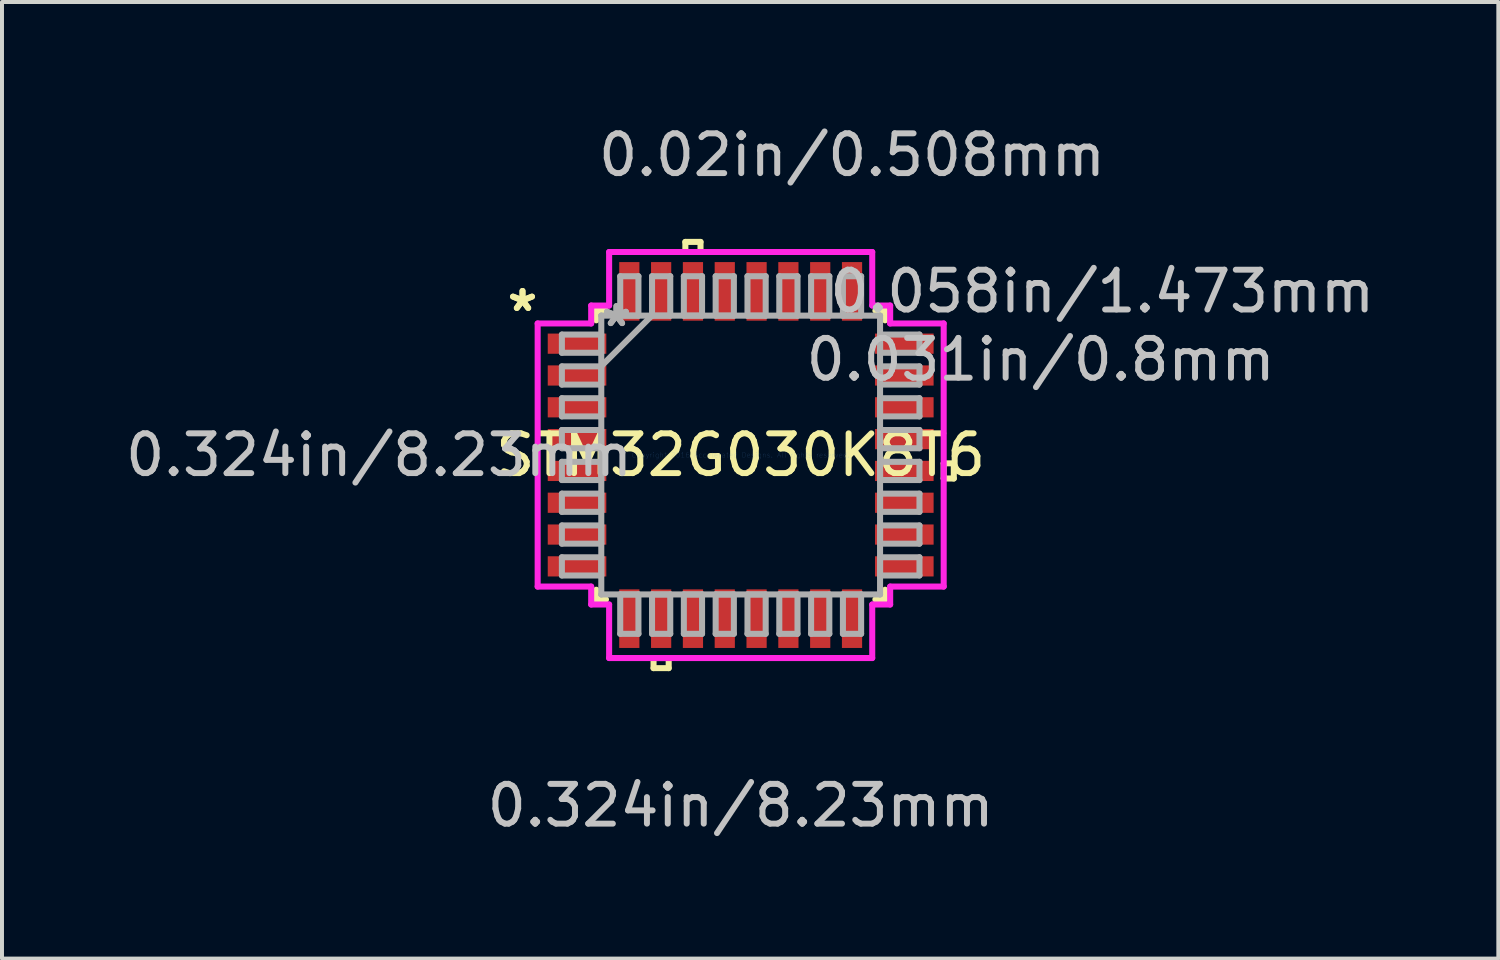
<source format=kicad_pcb>
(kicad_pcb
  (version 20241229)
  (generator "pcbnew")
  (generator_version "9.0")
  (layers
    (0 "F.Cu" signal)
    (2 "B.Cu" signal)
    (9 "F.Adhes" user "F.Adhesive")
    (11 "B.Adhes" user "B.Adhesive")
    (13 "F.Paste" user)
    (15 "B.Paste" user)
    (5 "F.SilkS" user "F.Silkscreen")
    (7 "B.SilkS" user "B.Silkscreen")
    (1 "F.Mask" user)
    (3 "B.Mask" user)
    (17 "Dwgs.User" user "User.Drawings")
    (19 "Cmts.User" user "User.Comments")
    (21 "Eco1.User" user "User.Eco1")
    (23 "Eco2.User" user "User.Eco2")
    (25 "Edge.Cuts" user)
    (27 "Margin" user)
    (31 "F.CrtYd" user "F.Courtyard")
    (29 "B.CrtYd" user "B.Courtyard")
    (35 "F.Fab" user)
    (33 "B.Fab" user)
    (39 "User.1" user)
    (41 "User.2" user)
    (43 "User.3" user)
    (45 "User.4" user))
  (footprint "STM32G030K8T6"
    (layer "F.Cu")
    (at 15.575 8.392)
    (property "Reference" "STM32G030K8T6" (at 0 0 0) (layer "F.SilkS") (effects (font (size 1 1) (thickness 0.15))))
    (attr through_hole)
    (fp_line (start -3.632 -3.632) (end -3.632 -3.387) (stroke (width 0.152) (type solid)) (layer "F.SilkS"))
    (fp_line (start -3.632 3.387) (end -3.632 3.632) (stroke (width 0.152) (type solid)) (layer "F.SilkS"))
    (fp_line (start -3.632 3.632) (end -3.387 3.632) (stroke (width 0.152) (type solid)) (layer "F.SilkS"))
    (fp_line (start -3.387 -3.632) (end -3.632 -3.632) (stroke (width 0.152) (type solid)) (layer "F.SilkS"))
    (fp_line (start -2.191 5.105) (end -2.191 5.359) (stroke (width 0.152) (type solid)) (layer "F.SilkS"))
    (fp_line (start -2.191 5.359) (end -1.81 5.359) (stroke (width 0.152) (type solid)) (layer "F.SilkS"))
    (fp_line (start -1.81 5.105) (end -2.191 5.105) (stroke (width 0.152) (type solid)) (layer "F.SilkS"))
    (fp_line (start -1.81 5.359) (end -1.81 5.105) (stroke (width 0.152) (type solid)) (layer "F.SilkS"))
    (fp_line (start -1.391 -5.359) (end -1.01 -5.359) (stroke (width 0.152) (type solid)) (layer "F.SilkS"))
    (fp_line (start -1.391 -5.105) (end -1.391 -5.359) (stroke (width 0.152) (type solid)) (layer "F.SilkS"))
    (fp_line (start -1.01 -5.359) (end -1.01 -5.105) (stroke (width 0.152) (type solid)) (layer "F.SilkS"))
    (fp_line (start -1.01 -5.105) (end -1.391 -5.105) (stroke (width 0.152) (type solid)) (layer "F.SilkS"))
    (fp_line (start 3.387 3.632) (end 3.632 3.632) (stroke (width 0.152) (type solid)) (layer "F.SilkS"))
    (fp_line (start 3.632 -3.632) (end 3.387 -3.632) (stroke (width 0.152) (type solid)) (layer "F.SilkS"))
    (fp_line (start 3.632 -3.387) (end 3.632 -3.632) (stroke (width 0.152) (type solid)) (layer "F.SilkS"))
    (fp_line (start 3.632 3.632) (end 3.632 3.387) (stroke (width 0.152) (type solid)) (layer "F.SilkS"))
    (fp_line (start 5.105 0.209) (end 5.359 0.209) (stroke (width 0.152) (type solid)) (layer "F.SilkS"))
    (fp_line (start 5.105 0.59) (end 5.105 0.209) (stroke (width 0.152) (type solid)) (layer "F.SilkS"))
    (fp_line (start 5.359 0.209) (end 5.359 0.59) (stroke (width 0.152) (type solid)) (layer "F.SilkS"))
    (fp_line (start 5.359 0.59) (end 5.105 0.59) (stroke (width 0.152) (type solid)) (layer "F.SilkS"))
    (fp_line (start -5.105 -3.308) (end -3.759 -3.308) (stroke (width 0.152) (type solid)) (layer "F.CrtYd"))
    (fp_line (start -5.105 3.308) (end -5.105 -3.308) (stroke (width 0.152) (type solid)) (layer "F.CrtYd"))
    (fp_line (start -3.759 -3.759) (end -3.308 -3.759) (stroke (width 0.152) (type solid)) (layer "F.CrtYd"))
    (fp_line (start -3.759 -3.308) (end -3.759 -3.759) (stroke (width 0.152) (type solid)) (layer "F.CrtYd"))
    (fp_line (start -3.759 3.308) (end -5.105 3.308) (stroke (width 0.152) (type solid)) (layer "F.CrtYd"))
    (fp_line (start -3.759 3.759) (end -3.759 3.308) (stroke (width 0.152) (type solid)) (layer "F.CrtYd"))
    (fp_line (start -3.308 -5.105) (end 3.308 -5.105) (stroke (width 0.152) (type solid)) (layer "F.CrtYd"))
    (fp_line (start -3.308 -3.759) (end -3.308 -5.105) (stroke (width 0.152) (type solid)) (layer "F.CrtYd"))
    (fp_line (start -3.308 3.759) (end -3.759 3.759) (stroke (width 0.152) (type solid)) (layer "F.CrtYd"))
    (fp_line (start -3.308 5.105) (end -3.308 3.759) (stroke (width 0.152) (type solid)) (layer "F.CrtYd"))
    (fp_line (start 3.308 -5.105) (end 3.308 -3.759) (stroke (width 0.152) (type solid)) (layer "F.CrtYd"))
    (fp_line (start 3.308 -3.759) (end 3.759 -3.759) (stroke (width 0.152) (type solid)) (layer "F.CrtYd"))
    (fp_line (start 3.308 3.759) (end 3.308 5.105) (stroke (width 0.152) (type solid)) (layer "F.CrtYd"))
    (fp_line (start 3.308 5.105) (end -3.308 5.105) (stroke (width 0.152) (type solid)) (layer "F.CrtYd"))
    (fp_line (start 3.759 -3.759) (end 3.759 -3.308) (stroke (width 0.152) (type solid)) (layer "F.CrtYd"))
    (fp_line (start 3.759 -3.308) (end 5.105 -3.308) (stroke (width 0.152) (type solid)) (layer "F.CrtYd"))
    (fp_line (start 3.759 3.308) (end 3.759 3.759) (stroke (width 0.152) (type solid)) (layer "F.CrtYd"))
    (fp_line (start 3.759 3.759) (end 3.308 3.759) (stroke (width 0.152) (type solid)) (layer "F.CrtYd"))
    (fp_line (start 5.105 -3.308) (end 5.105 3.308) (stroke (width 0.152) (type solid)) (layer "F.CrtYd"))
    (fp_line (start 5.105 3.308) (end 3.759 3.308) (stroke (width 0.152) (type solid)) (layer "F.CrtYd"))
    (fp_line (start -4.496 -3.029) (end -4.496 -2.571) (stroke (width 0.152) (type solid)) (layer "F.Fab"))
    (fp_line (start -4.496 -2.571) (end -3.505 -2.571) (stroke (width 0.152) (type solid)) (layer "F.Fab"))
    (fp_line (start -4.496 -2.229) (end -4.496 -1.771) (stroke (width 0.152) (type solid)) (layer "F.Fab"))
    (fp_line (start -4.496 -1.771) (end -3.505 -1.771) (stroke (width 0.152) (type solid)) (layer "F.Fab"))
    (fp_line (start -4.496 -1.429) (end -4.496 -0.971) (stroke (width 0.152) (type solid)) (layer "F.Fab"))
    (fp_line (start -4.496 -0.971) (end -3.505 -0.971) (stroke (width 0.152) (type solid)) (layer "F.Fab"))
    (fp_line (start -4.496 -0.629) (end -4.496 -0.171) (stroke (width 0.152) (type solid)) (layer "F.Fab"))
    (fp_line (start -4.496 -0.171) (end -3.505 -0.171) (stroke (width 0.152) (type solid)) (layer "F.Fab"))
    (fp_line (start -4.496 0.171) (end -4.496 0.629) (stroke (width 0.152) (type solid)) (layer "F.Fab"))
    (fp_line (start -4.496 0.629) (end -3.505 0.629) (stroke (width 0.152) (type solid)) (layer "F.Fab"))
    (fp_line (start -4.496 0.971) (end -4.496 1.429) (stroke (width 0.152) (type solid)) (layer "F.Fab"))
    (fp_line (start -4.496 1.429) (end -3.505 1.429) (stroke (width 0.152) (type solid)) (layer "F.Fab"))
    (fp_line (start -4.496 1.771) (end -4.496 2.229) (stroke (width 0.152) (type solid)) (layer "F.Fab"))
    (fp_line (start -4.496 2.229) (end -3.505 2.229) (stroke (width 0.152) (type solid)) (layer "F.Fab"))
    (fp_line (start -4.496 2.571) (end -4.496 3.029) (stroke (width 0.152) (type solid)) (layer "F.Fab"))
    (fp_line (start -4.496 3.029) (end -3.505 3.029) (stroke (width 0.152) (type solid)) (layer "F.Fab"))
    (fp_line (start -3.505 -3.505) (end -3.505 -3.505) (stroke (width 0.152) (type solid)) (layer "F.Fab"))
    (fp_line (start -3.505 -3.505) (end -3.505 3.505) (stroke (width 0.152) (type solid)) (layer "F.Fab"))
    (fp_line (start -3.505 -3.029) (end -4.496 -3.029) (stroke (width 0.152) (type solid)) (layer "F.Fab"))
    (fp_line (start -3.505 -2.571) (end -3.505 -3.029) (stroke (width 0.152) (type solid)) (layer "F.Fab"))
    (fp_line (start -3.505 -2.235) (end -2.235 -3.505) (stroke (width 0.152) (type solid)) (layer "F.Fab"))
    (fp_line (start -3.505 -2.229) (end -4.496 -2.229) (stroke (width 0.152) (type solid)) (layer "F.Fab"))
    (fp_line (start -3.505 -1.771) (end -3.505 -2.229) (stroke (width 0.152) (type solid)) (layer "F.Fab"))
    (fp_line (start -3.505 -1.429) (end -4.496 -1.429) (stroke (width 0.152) (type solid)) (layer "F.Fab"))
    (fp_line (start -3.505 -0.971) (end -3.505 -1.429) (stroke (width 0.152) (type solid)) (layer "F.Fab"))
    (fp_line (start -3.505 -0.629) (end -4.496 -0.629) (stroke (width 0.152) (type solid)) (layer "F.Fab"))
    (fp_line (start -3.505 -0.171) (end -3.505 -0.629) (stroke (width 0.152) (type solid)) (layer "F.Fab"))
    (fp_line (start -3.505 0.171) (end -4.496 0.171) (stroke (width 0.152) (type solid)) (layer "F.Fab"))
    (fp_line (start -3.505 0.629) (end -3.505 0.171) (stroke (width 0.152) (type solid)) (layer "F.Fab"))
    (fp_line (start -3.505 0.971) (end -4.496 0.971) (stroke (width 0.152) (type solid)) (layer "F.Fab"))
    (fp_line (start -3.505 1.429) (end -3.505 0.971) (stroke (width 0.152) (type solid)) (layer "F.Fab"))
    (fp_line (start -3.505 1.771) (end -4.496 1.771) (stroke (width 0.152) (type solid)) (layer "F.Fab"))
    (fp_line (start -3.505 2.229) (end -3.505 1.771) (stroke (width 0.152) (type solid)) (layer "F.Fab"))
    (fp_line (start -3.505 2.571) (end -4.496 2.571) (stroke (width 0.152) (type solid)) (layer "F.Fab"))
    (fp_line (start -3.505 3.029) (end -3.505 2.571) (stroke (width 0.152) (type solid)) (layer "F.Fab"))
    (fp_line (start -3.505 3.505) (end -3.505 3.505) (stroke (width 0.152) (type solid)) (layer "F.Fab"))
    (fp_line (start -3.505 3.505) (end 3.505 3.505) (stroke (width 0.152) (type solid)) (layer "F.Fab"))
    (fp_line (start -3.029 -4.496) (end -3.029 -3.505) (stroke (width 0.152) (type solid)) (layer "F.Fab"))
    (fp_line (start -3.029 -3.505) (end -2.571 -3.505) (stroke (width 0.152) (type solid)) (layer "F.Fab"))
    (fp_line (start -3.029 3.505) (end -3.029 4.496) (stroke (width 0.152) (type solid)) (layer "F.Fab"))
    (fp_line (start -3.029 4.496) (end -2.571 4.496) (stroke (width 0.152) (type solid)) (layer "F.Fab"))
    (fp_line (start -2.571 -4.496) (end -3.029 -4.496) (stroke (width 0.152) (type solid)) (layer "F.Fab"))
    (fp_line (start -2.571 -3.505) (end -2.571 -4.496) (stroke (width 0.152) (type solid)) (layer "F.Fab"))
    (fp_line (start -2.571 3.505) (end -3.029 3.505) (stroke (width 0.152) (type solid)) (layer "F.Fab"))
    (fp_line (start -2.571 4.496) (end -2.571 3.505) (stroke (width 0.152) (type solid)) (layer "F.Fab"))
    (fp_line (start -2.229 -4.496) (end -2.229 -3.505) (stroke (width 0.152) (type solid)) (layer "F.Fab"))
    (fp_line (start -2.229 -3.505) (end -1.771 -3.505) (stroke (width 0.152) (type solid)) (layer "F.Fab"))
    (fp_line (start -2.229 3.505) (end -2.229 4.496) (stroke (width 0.152) (type solid)) (layer "F.Fab"))
    (fp_line (start -2.229 4.496) (end -1.771 4.496) (stroke (width 0.152) (type solid)) (layer "F.Fab"))
    (fp_line (start -1.771 -4.496) (end -2.229 -4.496) (stroke (width 0.152) (type solid)) (layer "F.Fab"))
    (fp_line (start -1.771 -3.505) (end -1.771 -4.496) (stroke (width 0.152) (type solid)) (layer "F.Fab"))
    (fp_line (start -1.771 3.505) (end -2.229 3.505) (stroke (width 0.152) (type solid)) (layer "F.Fab"))
    (fp_line (start -1.771 4.496) (end -1.771 3.505) (stroke (width 0.152) (type solid)) (layer "F.Fab"))
    (fp_line (start -1.429 -4.496) (end -1.429 -3.505) (stroke (width 0.152) (type solid)) (layer "F.Fab"))
    (fp_line (start -1.429 -3.505) (end -0.971 -3.505) (stroke (width 0.152) (type solid)) (layer "F.Fab"))
    (fp_line (start -1.429 3.505) (end -1.429 4.496) (stroke (width 0.152) (type solid)) (layer "F.Fab"))
    (fp_line (start -1.429 4.496) (end -0.971 4.496) (stroke (width 0.152) (type solid)) (layer "F.Fab"))
    (fp_line (start -0.971 -4.496) (end -1.429 -4.496) (stroke (width 0.152) (type solid)) (layer "F.Fab"))
    (fp_line (start -0.971 -3.505) (end -0.971 -4.496) (stroke (width 0.152) (type solid)) (layer "F.Fab"))
    (fp_line (start -0.971 3.505) (end -1.429 3.505) (stroke (width 0.152) (type solid)) (layer "F.Fab"))
    (fp_line (start -0.971 4.496) (end -0.971 3.505) (stroke (width 0.152) (type solid)) (layer "F.Fab"))
    (fp_line (start -0.629 -4.496) (end -0.629 -3.505) (stroke (width 0.152) (type solid)) (layer "F.Fab"))
    (fp_line (start -0.629 -3.505) (end -0.171 -3.505) (stroke (width 0.152) (type solid)) (layer "F.Fab"))
    (fp_line (start -0.629 3.505) (end -0.629 4.496) (stroke (width 0.152) (type solid)) (layer "F.Fab"))
    (fp_line (start -0.629 4.496) (end -0.171 4.496) (stroke (width 0.152) (type solid)) (layer "F.Fab"))
    (fp_line (start -0.171 -4.496) (end -0.629 -4.496) (stroke (width 0.152) (type solid)) (layer "F.Fab"))
    (fp_line (start -0.171 -3.505) (end -0.171 -4.496) (stroke (width 0.152) (type solid)) (layer "F.Fab"))
    (fp_line (start -0.171 3.505) (end -0.629 3.505) (stroke (width 0.152) (type solid)) (layer "F.Fab"))
    (fp_line (start -0.171 4.496) (end -0.171 3.505) (stroke (width 0.152) (type solid)) (layer "F.Fab"))
    (fp_line (start 0.171 -4.496) (end 0.171 -3.505) (stroke (width 0.152) (type solid)) (layer "F.Fab"))
    (fp_line (start 0.171 -3.505) (end 0.629 -3.505) (stroke (width 0.152) (type solid)) (layer "F.Fab"))
    (fp_line (start 0.171 3.505) (end 0.171 4.496) (stroke (width 0.152) (type solid)) (layer "F.Fab"))
    (fp_line (start 0.171 4.496) (end 0.629 4.496) (stroke (width 0.152) (type solid)) (layer "F.Fab"))
    (fp_line (start 0.629 -4.496) (end 0.171 -4.496) (stroke (width 0.152) (type solid)) (layer "F.Fab"))
    (fp_line (start 0.629 -3.505) (end 0.629 -4.496) (stroke (width 0.152) (type solid)) (layer "F.Fab"))
    (fp_line (start 0.629 3.505) (end 0.171 3.505) (stroke (width 0.152) (type solid)) (layer "F.Fab"))
    (fp_line (start 0.629 4.496) (end 0.629 3.505) (stroke (width 0.152) (type solid)) (layer "F.Fab"))
    (fp_line (start 0.971 -4.496) (end 0.971 -3.505) (stroke (width 0.152) (type solid)) (layer "F.Fab"))
    (fp_line (start 0.971 -3.505) (end 1.429 -3.505) (stroke (width 0.152) (type solid)) (layer "F.Fab"))
    (fp_line (start 0.971 3.505) (end 0.971 4.496) (stroke (width 0.152) (type solid)) (layer "F.Fab"))
    (fp_line (start 0.971 4.496) (end 1.429 4.496) (stroke (width 0.152) (type solid)) (layer "F.Fab"))
    (fp_line (start 1.429 -4.496) (end 0.971 -4.496) (stroke (width 0.152) (type solid)) (layer "F.Fab"))
    (fp_line (start 1.429 -3.505) (end 1.429 -4.496) (stroke (width 0.152) (type solid)) (layer "F.Fab"))
    (fp_line (start 1.429 3.505) (end 0.971 3.505) (stroke (width 0.152) (type solid)) (layer "F.Fab"))
    (fp_line (start 1.429 4.496) (end 1.429 3.505) (stroke (width 0.152) (type solid)) (layer "F.Fab"))
    (fp_line (start 1.771 -4.496) (end 1.771 -3.505) (stroke (width 0.152) (type solid)) (layer "F.Fab"))
    (fp_line (start 1.771 -3.505) (end 2.229 -3.505) (stroke (width 0.152) (type solid)) (layer "F.Fab"))
    (fp_line (start 1.771 3.505) (end 1.771 4.496) (stroke (width 0.152) (type solid)) (layer "F.Fab"))
    (fp_line (start 1.771 4.496) (end 2.229 4.496) (stroke (width 0.152) (type solid)) (layer "F.Fab"))
    (fp_line (start 2.229 -4.496) (end 1.771 -4.496) (stroke (width 0.152) (type solid)) (layer "F.Fab"))
    (fp_line (start 2.229 -3.505) (end 2.229 -4.496) (stroke (width 0.152) (type solid)) (layer "F.Fab"))
    (fp_line (start 2.229 3.505) (end 1.771 3.505) (stroke (width 0.152) (type solid)) (layer "F.Fab"))
    (fp_line (start 2.229 4.496) (end 2.229 3.505) (stroke (width 0.152) (type solid)) (layer "F.Fab"))
    (fp_line (start 2.571 -4.496) (end 2.571 -3.505) (stroke (width 0.152) (type solid)) (layer "F.Fab"))
    (fp_line (start 2.571 -3.505) (end 3.029 -3.505) (stroke (width 0.152) (type solid)) (layer "F.Fab"))
    (fp_line (start 2.571 3.505) (end 2.571 4.496) (stroke (width 0.152) (type solid)) (layer "F.Fab"))
    (fp_line (start 2.571 4.496) (end 3.029 4.496) (stroke (width 0.152) (type solid)) (layer "F.Fab"))
    (fp_line (start 3.029 -4.496) (end 2.571 -4.496) (stroke (width 0.152) (type solid)) (layer "F.Fab"))
    (fp_line (start 3.029 -3.505) (end 3.029 -4.496) (stroke (width 0.152) (type solid)) (layer "F.Fab"))
    (fp_line (start 3.029 3.505) (end 2.571 3.505) (stroke (width 0.152) (type solid)) (layer "F.Fab"))
    (fp_line (start 3.029 4.496) (end 3.029 3.505) (stroke (width 0.152) (type solid)) (layer "F.Fab"))
    (fp_line (start 3.505 -3.505) (end -3.505 -3.505) (stroke (width 0.152) (type solid)) (layer "F.Fab"))
    (fp_line (start 3.505 -3.505) (end 3.505 -3.505) (stroke (width 0.152) (type solid)) (layer "F.Fab"))
    (fp_line (start 3.505 -3.029) (end 3.505 -2.571) (stroke (width 0.152) (type solid)) (layer "F.Fab"))
    (fp_line (start 3.505 -2.571) (end 4.496 -2.571) (stroke (width 0.152) (type solid)) (layer "F.Fab"))
    (fp_line (start 3.505 -2.229) (end 3.505 -1.771) (stroke (width 0.152) (type solid)) (layer "F.Fab"))
    (fp_line (start 3.505 -1.771) (end 4.496 -1.771) (stroke (width 0.152) (type solid)) (layer "F.Fab"))
    (fp_line (start 3.505 -1.429) (end 3.505 -0.971) (stroke (width 0.152) (type solid)) (layer "F.Fab"))
    (fp_line (start 3.505 -0.971) (end 4.496 -0.971) (stroke (width 0.152) (type solid)) (layer "F.Fab"))
    (fp_line (start 3.505 -0.629) (end 3.505 -0.171) (stroke (width 0.152) (type solid)) (layer "F.Fab"))
    (fp_line (start 3.505 -0.171) (end 4.496 -0.171) (stroke (width 0.152) (type solid)) (layer "F.Fab"))
    (fp_line (start 3.505 0.171) (end 3.505 0.629) (stroke (width 0.152) (type solid)) (layer "F.Fab"))
    (fp_line (start 3.505 0.629) (end 4.496 0.629) (stroke (width 0.152) (type solid)) (layer "F.Fab"))
    (fp_line (start 3.505 0.971) (end 3.505 1.429) (stroke (width 0.152) (type solid)) (layer "F.Fab"))
    (fp_line (start 3.505 1.429) (end 4.496 1.429) (stroke (width 0.152) (type solid)) (layer "F.Fab"))
    (fp_line (start 3.505 1.771) (end 3.505 2.229) (stroke (width 0.152) (type solid)) (layer "F.Fab"))
    (fp_line (start 3.505 2.229) (end 4.496 2.229) (stroke (width 0.152) (type solid)) (layer "F.Fab"))
    (fp_line (start 3.505 2.571) (end 3.505 3.029) (stroke (width 0.152) (type solid)) (layer "F.Fab"))
    (fp_line (start 3.505 3.029) (end 4.496 3.029) (stroke (width 0.152) (type solid)) (layer "F.Fab"))
    (fp_line (start 3.505 3.505) (end 3.505 -3.505) (stroke (width 0.152) (type solid)) (layer "F.Fab"))
    (fp_line (start 3.505 3.505) (end 3.505 3.505) (stroke (width 0.152) (type solid)) (layer "F.Fab"))
    (fp_line (start 4.496 -3.029) (end 3.505 -3.029) (stroke (width 0.152) (type solid)) (layer "F.Fab"))
    (fp_line (start 4.496 -2.571) (end 4.496 -3.029) (stroke (width 0.152) (type solid)) (layer "F.Fab"))
    (fp_line (start 4.496 -2.229) (end 3.505 -2.229) (stroke (width 0.152) (type solid)) (layer "F.Fab"))
    (fp_line (start 4.496 -1.771) (end 4.496 -2.229) (stroke (width 0.152) (type solid)) (layer "F.Fab"))
    (fp_line (start 4.496 -1.429) (end 3.505 -1.429) (stroke (width 0.152) (type solid)) (layer "F.Fab"))
    (fp_line (start 4.496 -0.971) (end 4.496 -1.429) (stroke (width 0.152) (type solid)) (layer "F.Fab"))
    (fp_line (start 4.496 -0.629) (end 3.505 -0.629) (stroke (width 0.152) (type solid)) (layer "F.Fab"))
    (fp_line (start 4.496 -0.171) (end 4.496 -0.629) (stroke (width 0.152) (type solid)) (layer "F.Fab"))
    (fp_line (start 4.496 0.171) (end 3.505 0.171) (stroke (width 0.152) (type solid)) (layer "F.Fab"))
    (fp_line (start 4.496 0.629) (end 4.496 0.171) (stroke (width 0.152) (type solid)) (layer "F.Fab"))
    (fp_line (start 4.496 0.971) (end 3.505 0.971) (stroke (width 0.152) (type solid)) (layer "F.Fab"))
    (fp_line (start 4.496 1.429) (end 4.496 0.971) (stroke (width 0.152) (type solid)) (layer "F.Fab"))
    (fp_line (start 4.496 1.771) (end 3.505 1.771) (stroke (width 0.152) (type solid)) (layer "F.Fab"))
    (fp_line (start 4.496 2.229) (end 4.496 1.771) (stroke (width 0.152) (type solid)) (layer "F.Fab"))
    (fp_line (start 4.496 2.571) (end 3.505 2.571) (stroke (width 0.152) (type solid)) (layer "F.Fab"))
    (fp_line (start 4.496 3.029) (end 4.496 2.571) (stroke (width 0.152) (type solid)) (layer "F.Fab"))
    (fp_text user "*" (at -5.486 -3.581 0) (layer "F.SilkS") (effects (font (size 1 1) (thickness 0.15))))
    (fp_text user "*" (at -5.486 -3.581 0) (layer "F.SilkS") (effects (font (size 1 1) (thickness 0.15))))
    (fp_text user "0.324in/8.23mm" (at -9.093 0 0) (layer "Dwgs.User") (effects (font (size 1 1) (thickness 0.15))))
    (fp_text user "0.058in/1.473mm" (at 9.093 -4.115 0) (layer "Dwgs.User") (effects (font (size 1 1) (thickness 0.15))))
    (fp_text user "0.02in/0.508mm" (at 2.8 -7.544 0) (layer "Dwgs.User") (effects (font (size 1 1) (thickness 0.15))))
    (fp_text user "0.324in/8.23mm" (at 0 8.814 0) (layer "Dwgs.User") (effects (font (size 1 1) (thickness 0.15))))
    (fp_text user "0.031in/0.8mm" (at 7.544 -2.4 0) (layer "Dwgs.User") (effects (font (size 1 1) (thickness 0.15))))
    (fp_text user "Copyright 2016 Accelerated Designs. All rights reserved." (at 0 0 0) (layer "Cmts.User") (effects (font (size 0.127 0.127) (thickness 0.002))))
    (fp_text user "*" (at -3.124 -3.2 0) (layer "F.Fab") (effects (font (size 1 1) (thickness 0.15))))
    (fp_text user "*" (at -3.124 -3.2 0) (layer "F.Fab") (effects (font (size 1 1) (thickness 0.15))))
    (pad "1" smd rect (at -4.115 -2.8 90) (size 0.508 1.473) (layers "F.Cu" "F.Mask" "F.Paste"))
    (pad "2" smd rect (at -4.115 -2 90) (size 0.508 1.473) (layers "F.Cu" "F.Mask" "F.Paste"))
    (pad "3" smd rect (at -4.115 -1.2 90) (size 0.508 1.473) (layers "F.Cu" "F.Mask" "F.Paste"))
    (pad "4" smd rect (at -4.115 -0.4 90) (size 0.508 1.473) (layers "F.Cu" "F.Mask" "F.Paste"))
    (pad "5" smd rect (at -4.115 0.4 90) (size 0.508 1.473) (layers "F.Cu" "F.Mask" "F.Paste"))
    (pad "6" smd rect (at -4.115 1.2 90) (size 0.508 1.473) (layers "F.Cu" "F.Mask" "F.Paste"))
    (pad "7" smd rect (at -4.115 2 90) (size 0.508 1.473) (layers "F.Cu" "F.Mask" "F.Paste"))
    (pad "8" smd rect (at -4.115 2.8 90) (size 0.508 1.473) (layers "F.Cu" "F.Mask" "F.Paste"))
    (pad "9" smd rect (at -2.8 4.115) (size 0.508 1.473) (layers "F.Cu" "F.Mask" "F.Paste"))
    (pad "10" smd rect (at -2 4.115) (size 0.508 1.473) (layers "F.Cu" "F.Mask" "F.Paste"))
    (pad "11" smd rect (at -1.2 4.115) (size 0.508 1.473) (layers "F.Cu" "F.Mask" "F.Paste"))
    (pad "12" smd rect (at -0.4 4.115) (size 0.508 1.473) (layers "F.Cu" "F.Mask" "F.Paste"))
    (pad "13" smd rect (at 0.4 4.115) (size 0.508 1.473) (layers "F.Cu" "F.Mask" "F.Paste"))
    (pad "14" smd rect (at 1.2 4.115) (size 0.508 1.473) (layers "F.Cu" "F.Mask" "F.Paste"))
    (pad "15" smd rect (at 2 4.115) (size 0.508 1.473) (layers "F.Cu" "F.Mask" "F.Paste"))
    (pad "16" smd rect (at 2.8 4.115) (size 0.508 1.473) (layers "F.Cu" "F.Mask" "F.Paste"))
    (pad "17" smd rect (at 4.115 2.8 90) (size 0.508 1.473) (layers "F.Cu" "F.Mask" "F.Paste"))
    (pad "18" smd rect (at 4.115 2 90) (size 0.508 1.473) (layers "F.Cu" "F.Mask" "F.Paste"))
    (pad "19" smd rect (at 4.115 1.2 90) (size 0.508 1.473) (layers "F.Cu" "F.Mask" "F.Paste"))
    (pad "20" smd rect (at 4.115 0.4 90) (size 0.508 1.473) (layers "F.Cu" "F.Mask" "F.Paste"))
    (pad "21" smd rect (at 4.115 -0.4 90) (size 0.508 1.473) (layers "F.Cu" "F.Mask" "F.Paste"))
    (pad "22" smd rect (at 4.115 -1.2 90) (size 0.508 1.473) (layers "F.Cu" "F.Mask" "F.Paste"))
    (pad "23" smd rect (at 4.115 -2 90) (size 0.508 1.473) (layers "F.Cu" "F.Mask" "F.Paste"))
    (pad "24" smd rect (at 4.115 -2.8 90) (size 0.508 1.473) (layers "F.Cu" "F.Mask" "F.Paste"))
    (pad "25" smd rect (at 2.8 -4.115) (size 0.508 1.473) (layers "F.Cu" "F.Mask" "F.Paste"))
    (pad "26" smd rect (at 2 -4.115) (size 0.508 1.473) (layers "F.Cu" "F.Mask" "F.Paste"))
    (pad "27" smd rect (at 1.2 -4.115) (size 0.508 1.473) (layers "F.Cu" "F.Mask" "F.Paste"))
    (pad "28" smd rect (at 0.4 -4.115) (size 0.508 1.473) (layers "F.Cu" "F.Mask" "F.Paste"))
    (pad "29" smd rect (at -0.4 -4.115) (size 0.508 1.473) (layers "F.Cu" "F.Mask" "F.Paste"))
    (pad "30" smd rect (at -1.2 -4.115) (size 0.508 1.473) (layers "F.Cu" "F.Mask" "F.Paste"))
    (pad "31" smd rect (at -2 -4.115) (size 0.508 1.473) (layers "F.Cu" "F.Mask" "F.Paste"))
    (pad "32" smd rect (at -2.8 -4.115) (size 0.508 1.473) (layers "F.Cu" "F.Mask" "F.Paste")))
  (gr_rect
    (start -3 -3)
    (end 34.627 21.054)
    (stroke (width 0.1) (type default))
    (fill no)
    (layer "Edge.Cuts")))
</source>
